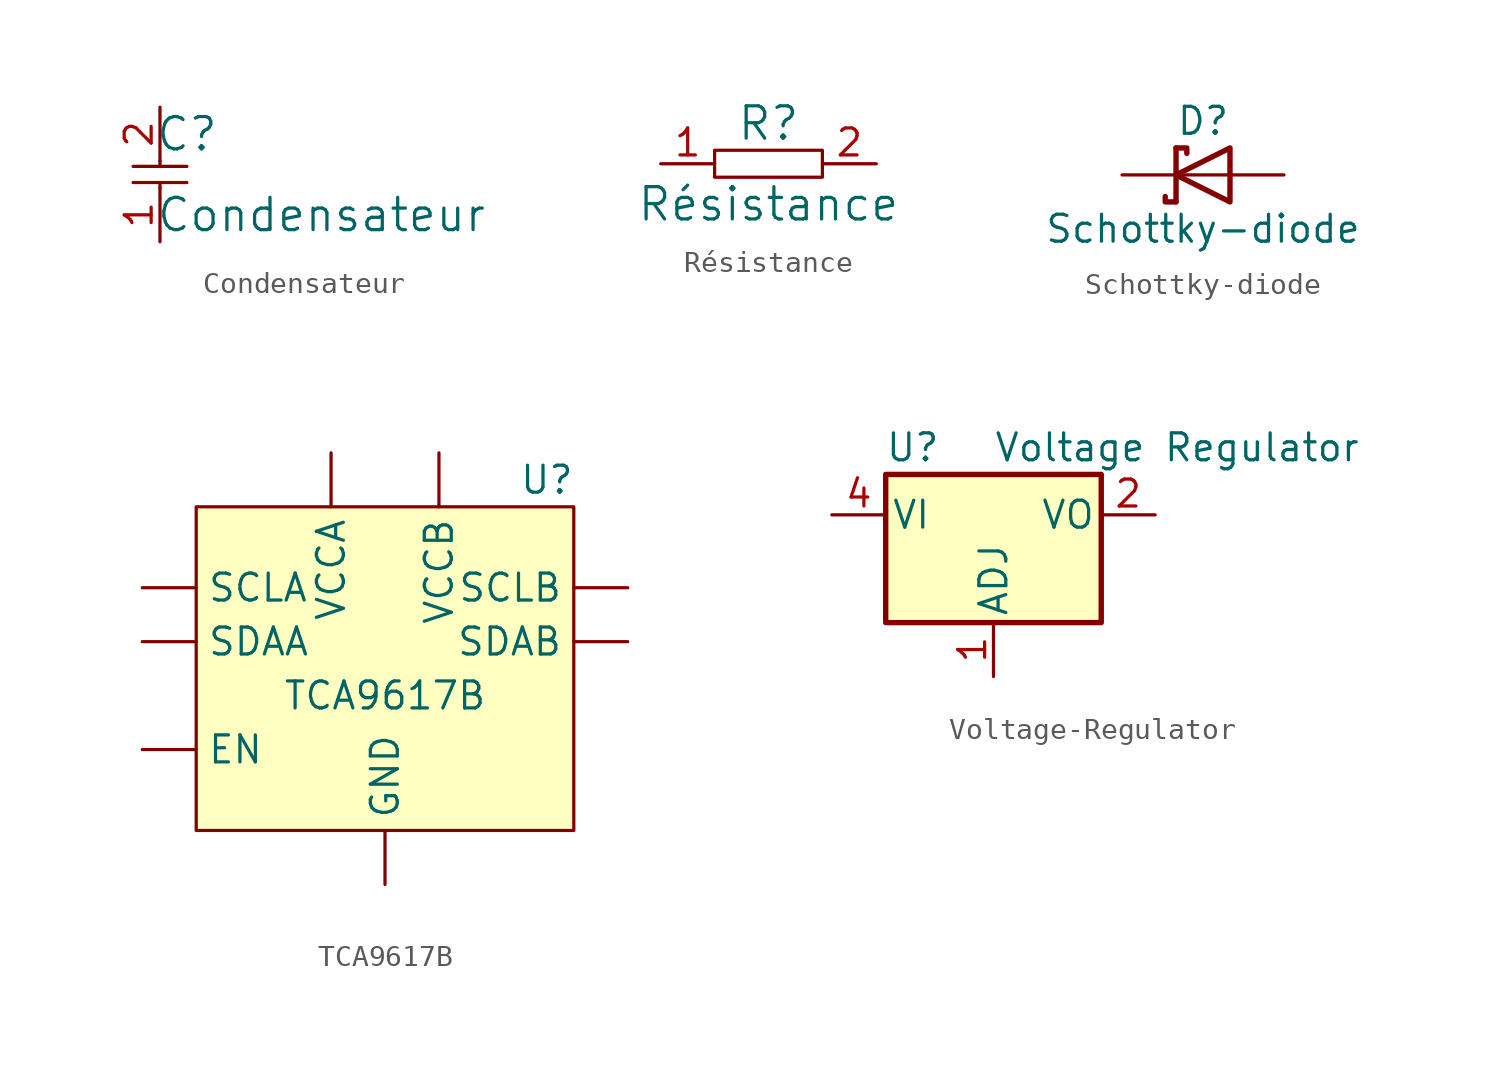
<source format=kicad_sym>
(kicad_symbol_lib
  (version 20220914)
  (generator kicad_symbol_editor)
  (symbol "Condensateur"
    (pin_names
      (offset 1.016))
    (property "Reference" "C"
      (at 1.27 2.54 0)
      (effects (font (size 1.524 1.524))))
    (property "Value" "Condensateur"
      (at 7.62 -1.27 0)
      (effects (font (size 1.524 1.524))))
    (symbol "Condensateur_0_1"
      (polyline (pts (xy -1.27 0.254) (xy 1.27 0.254)) (stroke (width 0) (type default)) (fill (type none)))
      (polyline (pts (xy 0 0.254) (xy 0 0)) (stroke (width 0) (type default)) (fill (type none)))
      (polyline (pts (xy 0 1.27) (xy 0 1.016)) (stroke (width 0) (type default)) (fill (type none)))
      (polyline (pts (xy 1.27 1.016) (xy -1.27 1.016)) (stroke (width 0) (type default)) (fill (type none))))
    (symbol "Condensateur_1_1"
      (pin passive line (at 0 -2.54 90) (length 2.54) (name "~" (effects (font (size 1.27 1.27)))) (number "1" (effects (font (size 1.27 1.27)))))
      (pin passive line (at 0 3.81 270) (length 2.54) (name "~" (effects (font (size 1.27 1.27)))) (number "2" (effects (font (size 1.27 1.27)))))))
  (symbol "Résistance"
    (pin_names
      (offset 1.016))
    (property "Reference" "R"
      (at 0 1.905 0)
      (effects (font (size 1.524 1.524))))
    (property "Value" "Résistance"
      (at 0 -1.905 0)
      (effects (font (size 1.524 1.524))))
    (symbol "Résistance_0_1"
      (rectangle (start -2.54 0.635) (end 2.54 -0.635) (stroke (width 0) (type default)) (fill (type none))))
    (symbol "Résistance_1_1"
      (pin passive line (at -5.08 0 0) (length 2.54) (name "~" (effects (font (size 1.27 1.27)))) (number "1" (effects (font (size 1.27 1.27)))))
      (pin passive line (at 5.08 0 180) (length 2.54) (name "~" (effects (font (size 1.27 1.27)))) (number "2" (effects (font (size 1.27 1.27)))))))
  (symbol "Schottky-diode"
    (pin_numbers hide)
    (pin_names hide)
    (property "Reference" "D"
      (at 0 2.54 0)
      (effects (font (size 1.27 1.27))))
    (property "Value" "Schottky-diode"
      (at 0 -2.54 0)
      (effects (font (size 1.27 1.27))))
    (symbol "Schottky-diode_0_1"
      (polyline (pts (xy -1.27 1.27) (xy -1.27 -1.27)) (stroke (width 0.254) (type default)) (fill (type none)))
      (polyline (pts (xy 1.27 0) (xy -1.27 0)) (stroke (width 0) (type default)) (fill (type none)))
      (polyline (pts (xy -1.27 -1.27) (xy -1.778 -1.27) (xy -1.778 -1.016)) (stroke (width 0.254) (type default)) (fill (type none)))
      (polyline (pts (xy -1.27 1.27) (xy -0.762 1.27) (xy -0.762 1.016)) (stroke (width 0.254) (type default)) (fill (type none)))
      (polyline (pts (xy 1.27 1.27) (xy 1.27 -1.27) (xy -1.27 0) (xy 1.27 1.27)) (stroke (width 0.254) (type default)) (fill (type none))))
    (symbol "Schottky-diode_1_1"
      (pin passive line (at -3.81 0 0) (length 2.54) (name "K" (effects (font (size 1.27 1.27)))) (number "1" (effects (font (size 1.27 1.27)))))
      (pin passive line (at 3.81 0 180) (length 2.54) (name "A" (effects (font (size 1.27 1.27)))) (number "2" (effects (font (size 1.27 1.27)))))))
  (symbol "TCA9617B"
    (property "Reference" "U"
      (at 7.62 8.89 0)
      (effects (font (size 1.27 1.27))))
    (property "Value" "TCA9617B"
      (at 0 -1.27 0)
      (effects (font (size 1.27 1.27))))
    (symbol "TCA9617B_1_1"
      (rectangle (start -8.89 7.62) (end 8.89 -7.62) (stroke (width 0) (type default)) (fill (type background)))
      (pin input line (at -11.43 -3.81 0) (length 2.54) (name "EN" (effects (font (size 1.27 1.27)))) (number "" (effects (font (size 1.27 1.27)))))
      (pin power_in line (at 0 -10.16 90) (length 2.54) (name "GND" (effects (font (size 1.27 1.27)))) (number "" (effects (font (size 1.27 1.27)))))
      (pin input line (at -11.43 3.81 0) (length 2.54) (name "SCLA" (effects (font (size 1.27 1.27)))) (number "" (effects (font (size 1.27 1.27)))))
      (pin output line (at 11.43 3.81 180) (length 2.54) (name "SCLB" (effects (font (size 1.27 1.27)))) (number "" (effects (font (size 1.27 1.27)))))
      (pin bidirectional line (at -11.43 1.27 0) (length 2.54) (name "SDAA" (effects (font (size 1.27 1.27)))) (number "" (effects (font (size 1.27 1.27)))))
      (pin bidirectional line (at 11.43 1.27 180) (length 2.54) (name "SDAB" (effects (font (size 1.27 1.27)))) (number "" (effects (font (size 1.27 1.27)))))
      (pin power_in line (at -2.54 10.16 270) (length 2.54) (name "VCCA" (effects (font (size 1.27 1.27)))) (number "" (effects (font (size 1.27 1.27)))))
      (pin power_in line (at 2.54 10.16 270) (length 2.54) (name "VCCB" (effects (font (size 1.27 1.27)))) (number "" (effects (font (size 1.27 1.27)))))))
  (symbol "Voltage-Regulator"
    (pin_names
      (offset 0.254))
    (property "Reference" "U"
      (at -3.81 3.175 0)
      (effects (font (size 1.27 1.27))))
    (property "Value" "Voltage Regulator"
      (at 0 3.175 0)
      (effects (font (size 1.27 1.27)) (justify left)))
    (symbol "Voltage-Regulator_0_1"
      (rectangle (start -5.08 -5.08) (end 5.08 1.905) (stroke (width 0.254) (type default)) (fill (type background))))
    (symbol "Voltage-Regulator_1_1"
      (pin input line (at 0 -7.62 90) (length 2.54) (name "ADJ" (effects (font (size 1.27 1.27)))) (number "1" (effects (font (size 1.27 1.27)))))
      (pin power_out line (at 7.62 0 180) (length 2.54) (name "VO" (effects (font (size 1.27 1.27)))) (number "2" (effects (font (size 1.27 1.27)))))
      (pin passive line (at 7.62 0 180) (length 2.54) hide (name "VO" (effects (font (size 1.27 1.27)))) (number "3" (effects (font (size 1.27 1.27)))))
      (pin power_in line (at -7.62 0 0) (length 2.54) (name "VI" (effects (font (size 1.27 1.27)))) (number "4" (effects (font (size 1.27 1.27)))))
      (pin no_connect line (at -2.54 -2.54 180) (length 2.54) hide (name "NC" (effects (font (size 1.27 1.27)))) (number "5" (effects (font (size 1.27 1.27)))))
      (pin passive line (at 7.62 0 180) (length 2.54) hide (name "VO" (effects (font (size 1.27 1.27)))) (number "6" (effects (font (size 1.27 1.27)))))
      (pin passive line (at 7.62 0 180) (length 2.54) hide (name "VO" (effects (font (size 1.27 1.27)))) (number "7" (effects (font (size 1.27 1.27)))))
      (pin no_connect line (at 2.54 -2.54 0) (length 2.54) hide (name "NC" (effects (font (size 1.27 1.27)))) (number "8" (effects (font (size 1.27 1.27))))))))
</source>
